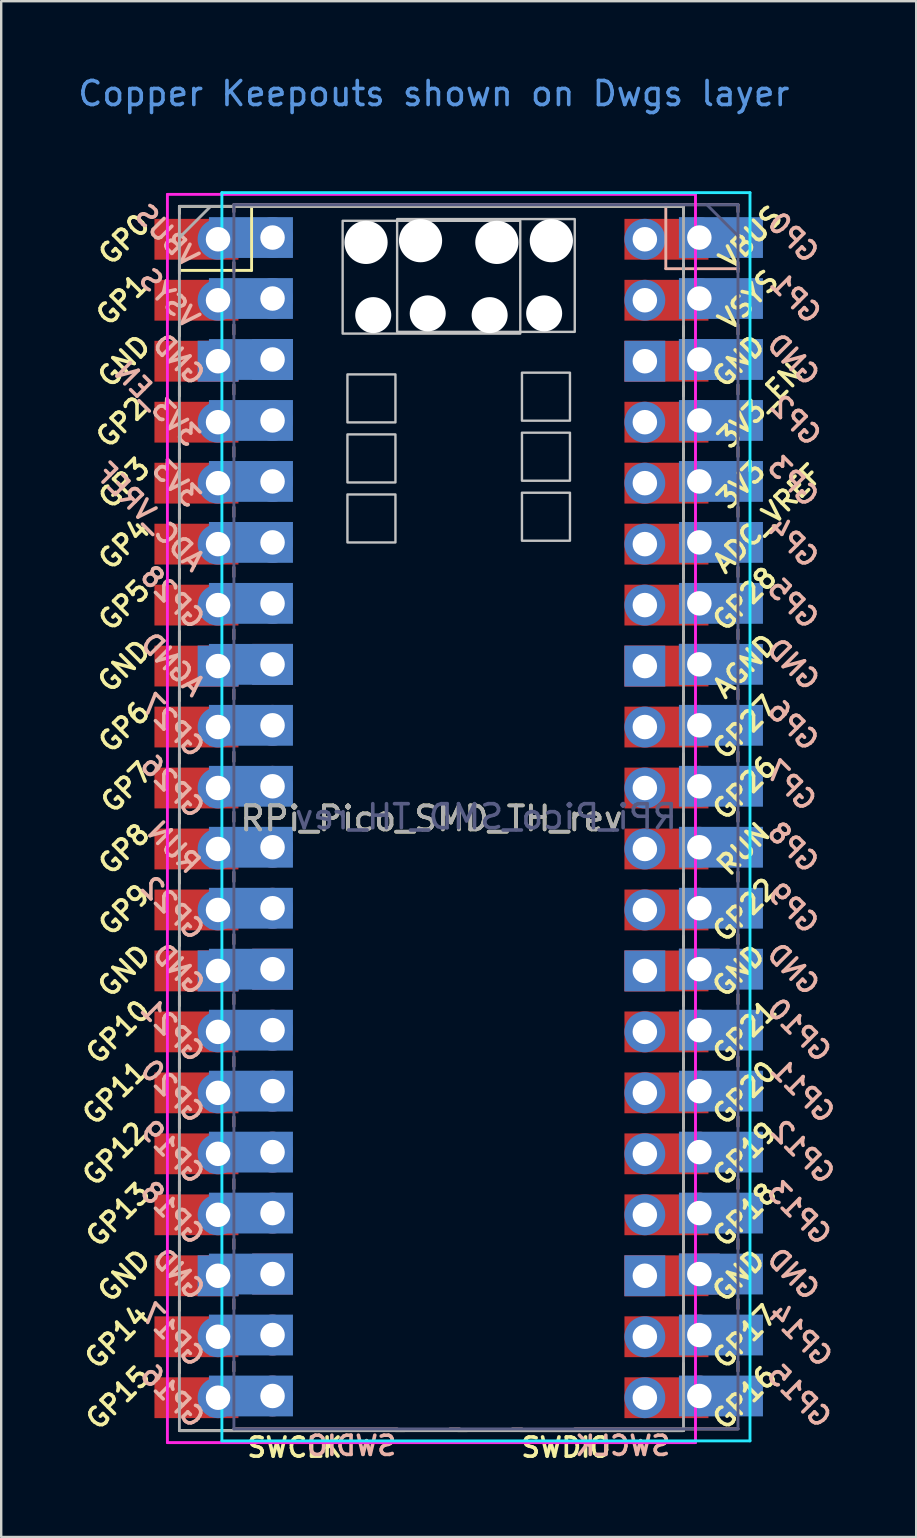
<source format=kicad_pcb>
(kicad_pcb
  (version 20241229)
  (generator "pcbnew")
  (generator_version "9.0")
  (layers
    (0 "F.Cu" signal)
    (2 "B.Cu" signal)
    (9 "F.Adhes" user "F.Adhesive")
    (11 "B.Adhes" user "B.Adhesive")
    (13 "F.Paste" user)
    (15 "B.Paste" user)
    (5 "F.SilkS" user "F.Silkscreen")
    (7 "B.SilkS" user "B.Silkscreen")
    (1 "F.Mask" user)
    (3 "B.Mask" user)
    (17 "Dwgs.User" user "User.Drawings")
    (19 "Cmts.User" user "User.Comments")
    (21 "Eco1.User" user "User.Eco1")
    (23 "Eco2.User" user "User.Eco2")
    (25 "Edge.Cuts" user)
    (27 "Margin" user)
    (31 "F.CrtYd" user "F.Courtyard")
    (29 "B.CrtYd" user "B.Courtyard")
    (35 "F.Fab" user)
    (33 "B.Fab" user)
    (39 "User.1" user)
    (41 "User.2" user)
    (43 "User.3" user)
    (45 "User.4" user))
  (footprint "RPi_Pico_SMD_TH_rev"
    (layer "F.Cu")
    (at 14.924 31.048)
    (property "Reference" "RPi_Pico_SMD_TH_rev" (at 0 0 0) (layer "F.SilkS") (effects (font (size 1 1) (thickness 0.15))))
    (attr through_hole)
    (fp_line (start -10.5 -25.5) (end -10.5 -25.2) (stroke (width 0.12) (type solid)) (layer "F.SilkS"))
    (fp_line (start -10.5 -25.5) (end 10.5 -25.5) (stroke (width 0.12) (type solid)) (layer "F.SilkS"))
    (fp_line (start -10.5 -23.1) (end -10.5 -22.7) (stroke (width 0.12) (type solid)) (layer "F.SilkS"))
    (fp_line (start -10.5 -22.833) (end -7.493 -22.833) (stroke (width 0.12) (type solid)) (layer "F.SilkS"))
    (fp_line (start -10.5 -20.5) (end -10.5 -20.1) (stroke (width 0.12) (type solid)) (layer "F.SilkS"))
    (fp_line (start -10.5 -18) (end -10.5 -17.6) (stroke (width 0.12) (type solid)) (layer "F.SilkS"))
    (fp_line (start -10.5 -15.4) (end -10.5 -15) (stroke (width 0.12) (type solid)) (layer "F.SilkS"))
    (fp_line (start -10.5 -12.9) (end -10.5 -12.5) (stroke (width 0.12) (type solid)) (layer "F.SilkS"))
    (fp_line (start -10.5 -10.4) (end -10.5 -10) (stroke (width 0.12) (type solid)) (layer "F.SilkS"))
    (fp_line (start -10.5 -7.8) (end -10.5 -7.4) (stroke (width 0.12) (type solid)) (layer "F.SilkS"))
    (fp_line (start -10.5 -5.3) (end -10.5 -4.9) (stroke (width 0.12) (type solid)) (layer "F.SilkS"))
    (fp_line (start -10.5 -2.7) (end -10.5 -2.3) (stroke (width 0.12) (type solid)) (layer "F.SilkS"))
    (fp_line (start -10.5 -0.2) (end -10.5 0.2) (stroke (width 0.12) (type solid)) (layer "F.SilkS"))
    (fp_line (start -10.5 2.3) (end -10.5 2.7) (stroke (width 0.12) (type solid)) (layer "F.SilkS"))
    (fp_line (start -10.5 4.9) (end -10.5 5.3) (stroke (width 0.12) (type solid)) (layer "F.SilkS"))
    (fp_line (start -10.5 7.4) (end -10.5 7.8) (stroke (width 0.12) (type solid)) (layer "F.SilkS"))
    (fp_line (start -10.5 10) (end -10.5 10.4) (stroke (width 0.12) (type solid)) (layer "F.SilkS"))
    (fp_line (start -10.5 12.5) (end -10.5 12.9) (stroke (width 0.12) (type solid)) (layer "F.SilkS"))
    (fp_line (start -10.5 15.1) (end -10.5 15.5) (stroke (width 0.12) (type solid)) (layer "F.SilkS"))
    (fp_line (start -10.5 17.6) (end -10.5 18) (stroke (width 0.12) (type solid)) (layer "F.SilkS"))
    (fp_line (start -10.5 20.1) (end -10.5 20.5) (stroke (width 0.12) (type solid)) (layer "F.SilkS"))
    (fp_line (start -10.5 22.7) (end -10.5 23.1) (stroke (width 0.12) (type solid)) (layer "F.SilkS"))
    (fp_line (start -7.493 -22.833) (end -7.493 -25.5) (stroke (width 0.12) (type solid)) (layer "F.SilkS"))
    (fp_line (start -3.7 25.5) (end -10.5 25.5) (stroke (width 0.12) (type solid)) (layer "F.SilkS"))
    (fp_line (start -1.5 25.5) (end -1.1 25.5) (stroke (width 0.12) (type solid)) (layer "F.SilkS"))
    (fp_line (start 1.1 25.5) (end 1.5 25.5) (stroke (width 0.12) (type solid)) (layer "F.SilkS"))
    (fp_line (start 10.5 -25.5) (end 10.5 -25.2) (stroke (width 0.12) (type solid)) (layer "F.SilkS"))
    (fp_line (start 10.5 -23.1) (end 10.5 -22.7) (stroke (width 0.12) (type solid)) (layer "F.SilkS"))
    (fp_line (start 10.5 -20.5) (end 10.5 -20.1) (stroke (width 0.12) (type solid)) (layer "F.SilkS"))
    (fp_line (start 10.5 -18) (end 10.5 -17.6) (stroke (width 0.12) (type solid)) (layer "F.SilkS"))
    (fp_line (start 10.5 -15.4) (end 10.5 -15) (stroke (width 0.12) (type solid)) (layer "F.SilkS"))
    (fp_line (start 10.5 -12.9) (end 10.5 -12.5) (stroke (width 0.12) (type solid)) (layer "F.SilkS"))
    (fp_line (start 10.5 -10.4) (end 10.5 -10) (stroke (width 0.12) (type solid)) (layer "F.SilkS"))
    (fp_line (start 10.5 -7.8) (end 10.5 -7.4) (stroke (width 0.12) (type solid)) (layer "F.SilkS"))
    (fp_line (start 10.5 -5.3) (end 10.5 -4.9) (stroke (width 0.12) (type solid)) (layer "F.SilkS"))
    (fp_line (start 10.5 -2.7) (end 10.5 -2.3) (stroke (width 0.12) (type solid)) (layer "F.SilkS"))
    (fp_line (start 10.5 -0.2) (end 10.5 0.2) (stroke (width 0.12) (type solid)) (layer "F.SilkS"))
    (fp_line (start 10.5 2.3) (end 10.5 2.7) (stroke (width 0.12) (type solid)) (layer "F.SilkS"))
    (fp_line (start 10.5 4.9) (end 10.5 5.3) (stroke (width 0.12) (type solid)) (layer "F.SilkS"))
    (fp_line (start 10.5 7.4) (end 10.5 7.8) (stroke (width 0.12) (type solid)) (layer "F.SilkS"))
    (fp_line (start 10.5 10) (end 10.5 10.4) (stroke (width 0.12) (type solid)) (layer "F.SilkS"))
    (fp_line (start 10.5 12.5) (end 10.5 12.9) (stroke (width 0.12) (type solid)) (layer "F.SilkS"))
    (fp_line (start 10.5 15.1) (end 10.5 15.5) (stroke (width 0.12) (type solid)) (layer "F.SilkS"))
    (fp_line (start 10.5 17.6) (end 10.5 18) (stroke (width 0.12) (type solid)) (layer "F.SilkS"))
    (fp_line (start 10.5 20.1) (end 10.5 20.5) (stroke (width 0.12) (type solid)) (layer "F.SilkS"))
    (fp_line (start 10.5 22.7) (end 10.5 23.1) (stroke (width 0.12) (type solid)) (layer "F.SilkS"))
    (fp_line (start 10.5 25.5) (end 3.7 25.5) (stroke (width 0.12) (type solid)) (layer "F.SilkS"))
    (fp_line (start -8.23 -25.572) (end -8.23 -25.272) (stroke (width 0.12) (type solid)) (layer "B.SilkS"))
    (fp_line (start -8.23 -23.172) (end -8.23 -22.772) (stroke (width 0.12) (type solid)) (layer "B.SilkS"))
    (fp_line (start -8.23 -20.572) (end -8.23 -20.172) (stroke (width 0.12) (type solid)) (layer "B.SilkS"))
    (fp_line (start -8.23 -18.072) (end -8.23 -17.672) (stroke (width 0.12) (type solid)) (layer "B.SilkS"))
    (fp_line (start -8.23 -15.472) (end -8.23 -15.072) (stroke (width 0.12) (type solid)) (layer "B.SilkS"))
    (fp_line (start -8.23 -12.972) (end -8.23 -12.572) (stroke (width 0.12) (type solid)) (layer "B.SilkS"))
    (fp_line (start -8.23 -10.472) (end -8.23 -10.072) (stroke (width 0.12) (type solid)) (layer "B.SilkS"))
    (fp_line (start -8.23 -7.872) (end -8.23 -7.472) (stroke (width 0.12) (type solid)) (layer "B.SilkS"))
    (fp_line (start -8.23 -5.372) (end -8.23 -4.972) (stroke (width 0.12) (type solid)) (layer "B.SilkS"))
    (fp_line (start -8.23 -2.772) (end -8.23 -2.372) (stroke (width 0.12) (type solid)) (layer "B.SilkS"))
    (fp_line (start -8.23 -0.272) (end -8.23 0.128) (stroke (width 0.12) (type solid)) (layer "B.SilkS"))
    (fp_line (start -8.23 2.228) (end -8.23 2.628) (stroke (width 0.12) (type solid)) (layer "B.SilkS"))
    (fp_line (start -8.23 4.828) (end -8.23 5.228) (stroke (width 0.12) (type solid)) (layer "B.SilkS"))
    (fp_line (start -8.23 7.328) (end -8.23 7.728) (stroke (width 0.12) (type solid)) (layer "B.SilkS"))
    (fp_line (start -8.23 9.928) (end -8.23 10.328) (stroke (width 0.12) (type solid)) (layer "B.SilkS"))
    (fp_line (start -8.23 12.428) (end -8.23 12.828) (stroke (width 0.12) (type solid)) (layer "B.SilkS"))
    (fp_line (start -8.23 15.028) (end -8.23 15.428) (stroke (width 0.12) (type solid)) (layer "B.SilkS"))
    (fp_line (start -8.23 17.528) (end -8.23 17.928) (stroke (width 0.12) (type solid)) (layer "B.SilkS"))
    (fp_line (start -8.23 20.028) (end -8.23 20.428) (stroke (width 0.12) (type solid)) (layer "B.SilkS"))
    (fp_line (start -8.23 22.628) (end -8.23 23.028) (stroke (width 0.12) (type solid)) (layer "B.SilkS"))
    (fp_line (start -8.23 25.428) (end -1.43 25.428) (stroke (width 0.12) (type solid)) (layer "B.SilkS"))
    (fp_line (start 1.17 25.428) (end 0.77 25.428) (stroke (width 0.12) (type solid)) (layer "B.SilkS"))
    (fp_line (start 3.77 25.428) (end 3.37 25.428) (stroke (width 0.12) (type solid)) (layer "B.SilkS"))
    (fp_line (start 5.97 25.428) (end 12.77 25.428) (stroke (width 0.12) (type solid)) (layer "B.SilkS"))
    (fp_line (start 9.763 -22.905) (end 9.763 -25.572) (stroke (width 0.12) (type solid)) (layer "B.SilkS"))
    (fp_line (start 12.77 -25.572) (end -8.23 -25.572) (stroke (width 0.12) (type solid)) (layer "B.SilkS"))
    (fp_line (start 12.77 -25.572) (end 12.77 -25.272) (stroke (width 0.12) (type solid)) (layer "B.SilkS"))
    (fp_line (start 12.77 -23.172) (end 12.77 -22.772) (stroke (width 0.12) (type solid)) (layer "B.SilkS"))
    (fp_line (start 12.77 -22.905) (end 9.763 -22.905) (stroke (width 0.12) (type solid)) (layer "B.SilkS"))
    (fp_line (start 12.77 -20.572) (end 12.77 -20.172) (stroke (width 0.12) (type solid)) (layer "B.SilkS"))
    (fp_line (start 12.77 -18.072) (end 12.77 -17.672) (stroke (width 0.12) (type solid)) (layer "B.SilkS"))
    (fp_line (start 12.77 -15.472) (end 12.77 -15.072) (stroke (width 0.12) (type solid)) (layer "B.SilkS"))
    (fp_line (start 12.77 -12.972) (end 12.77 -12.572) (stroke (width 0.12) (type solid)) (layer "B.SilkS"))
    (fp_line (start 12.77 -10.472) (end 12.77 -10.072) (stroke (width 0.12) (type solid)) (layer "B.SilkS"))
    (fp_line (start 12.77 -7.872) (end 12.77 -7.472) (stroke (width 0.12) (type solid)) (layer "B.SilkS"))
    (fp_line (start 12.77 -5.372) (end 12.77 -4.972) (stroke (width 0.12) (type solid)) (layer "B.SilkS"))
    (fp_line (start 12.77 -2.772) (end 12.77 -2.372) (stroke (width 0.12) (type solid)) (layer "B.SilkS"))
    (fp_line (start 12.77 -0.272) (end 12.77 0.128) (stroke (width 0.12) (type solid)) (layer "B.SilkS"))
    (fp_line (start 12.77 2.228) (end 12.77 2.628) (stroke (width 0.12) (type solid)) (layer "B.SilkS"))
    (fp_line (start 12.77 4.828) (end 12.77 5.228) (stroke (width 0.12) (type solid)) (layer "B.SilkS"))
    (fp_line (start 12.77 7.328) (end 12.77 7.728) (stroke (width 0.12) (type solid)) (layer "B.SilkS"))
    (fp_line (start 12.77 9.928) (end 12.77 10.328) (stroke (width 0.12) (type solid)) (layer "B.SilkS"))
    (fp_line (start 12.77 12.428) (end 12.77 12.828) (stroke (width 0.12) (type solid)) (layer "B.SilkS"))
    (fp_line (start 12.77 15.028) (end 12.77 15.428) (stroke (width 0.12) (type solid)) (layer "B.SilkS"))
    (fp_line (start 12.77 17.528) (end 12.77 17.928) (stroke (width 0.12) (type solid)) (layer "B.SilkS"))
    (fp_line (start 12.77 20.028) (end 12.77 20.428) (stroke (width 0.12) (type solid)) (layer "B.SilkS"))
    (fp_line (start 12.77 22.628) (end 12.77 23.028) (stroke (width 0.12) (type solid)) (layer "B.SilkS"))
    (fp_poly (pts (xy -1.5 -16.5) (xy -3.5 -16.5) (xy -3.5 -18.5) (xy -1.5 -18.5)) (stroke (width 0.1) (type solid)) (fill no) (layer "Dwgs.User"))
    (fp_poly (pts (xy -1.5 -14) (xy -3.5 -14) (xy -3.5 -16) (xy -1.5 -16)) (stroke (width 0.1) (type solid)) (fill no) (layer "Dwgs.User"))
    (fp_poly (pts (xy -1.5 -11.5) (xy -3.5 -11.5) (xy -3.5 -13.5) (xy -1.5 -13.5)) (stroke (width 0.1) (type solid)) (fill no) (layer "Dwgs.User"))
    (fp_poly (pts (xy -1.43 -20.272) (xy 5.97 -20.272) (xy 5.97 -24.972) (xy -1.43 -24.972)) (stroke (width 0.1) (type solid)) (fill no) (layer "Dwgs.User"))
    (fp_poly (pts (xy 3.7 -20.2) (xy -3.7 -20.2) (xy -3.7 -24.9) (xy 3.7 -24.9)) (stroke (width 0.1) (type solid)) (fill no) (layer "Dwgs.User"))
    (fp_poly (pts (xy 3.77 -16.572) (xy 5.77 -16.572) (xy 5.77 -18.572) (xy 3.77 -18.572)) (stroke (width 0.1) (type solid)) (fill no) (layer "Dwgs.User"))
    (fp_poly (pts (xy 3.77 -14.072) (xy 5.77 -14.072) (xy 5.77 -16.072) (xy 3.77 -16.072)) (stroke (width 0.1) (type solid)) (fill no) (layer "Dwgs.User"))
    (fp_poly (pts (xy 3.77 -11.572) (xy 5.77 -11.572) (xy 5.77 -13.572) (xy 3.77 -13.572)) (stroke (width 0.1) (type solid)) (fill no) (layer "Dwgs.User"))
    (fp_line (start -8.73 -26.072) (end -8.73 25.928) (stroke (width 0.12) (type solid)) (layer "B.CrtYd"))
    (fp_line (start -8.73 25.928) (end 13.27 25.928) (stroke (width 0.12) (type solid)) (layer "B.CrtYd"))
    (fp_line (start 13.27 -26.072) (end -8.73 -26.072) (stroke (width 0.12) (type solid)) (layer "B.CrtYd"))
    (fp_line (start 13.27 25.928) (end 13.27 -26.072) (stroke (width 0.12) (type solid)) (layer "B.CrtYd"))
    (fp_line (start -11 -26) (end 11 -26) (stroke (width 0.12) (type solid)) (layer "F.CrtYd"))
    (fp_line (start -11 26) (end -11 -26) (stroke (width 0.12) (type solid)) (layer "F.CrtYd"))
    (fp_line (start 11 -26) (end 11 26) (stroke (width 0.12) (type solid)) (layer "F.CrtYd"))
    (fp_line (start 11 26) (end -11 26) (stroke (width 0.12) (type solid)) (layer "F.CrtYd"))
    (fp_line (start -8.23 -25.572) (end -8.23 25.428) (stroke (width 0.12) (type solid)) (layer "B.Fab"))
    (fp_line (start -8.23 25.428) (end 12.77 25.428) (stroke (width 0.12) (type solid)) (layer "B.Fab"))
    (fp_line (start 12.77 -25.572) (end -8.23 -25.572) (stroke (width 0.12) (type solid)) (layer "B.Fab"))
    (fp_line (start 12.77 -24.272) (end 11.47 -25.572) (stroke (width 0.12) (type solid)) (layer "B.Fab"))
    (fp_line (start 12.77 25.428) (end 12.77 -25.572) (stroke (width 0.12) (type solid)) (layer "B.Fab"))
    (fp_line (start -10.5 -25.5) (end 10.5 -25.5) (stroke (width 0.12) (type solid)) (layer "F.Fab"))
    (fp_line (start -10.5 -24.2) (end -9.2 -25.5) (stroke (width 0.12) (type solid)) (layer "F.Fab"))
    (fp_line (start -10.5 25.5) (end -10.5 -25.5) (stroke (width 0.12) (type solid)) (layer "F.Fab"))
    (fp_line (start 10.5 -25.5) (end 10.5 25.5) (stroke (width 0.12) (type solid)) (layer "F.Fab"))
    (fp_line (start 10.5 25.5) (end -10.5 25.5) (stroke (width 0.12) (type solid)) (layer "F.Fab"))
    (fp_text user "3V3_EN" (at 13.7 -17.2 45) (layer "F.SilkS") (effects (font (size 0.8 0.8) (thickness 0.15))))
    (fp_text user "GP6" (at -12.8 -3.81 45) (layer "F.SilkS") (effects (font (size 0.8 0.8) (thickness 0.15))))
    (fp_text user "GP4" (at -12.8 -11.43 45) (layer "F.SilkS") (effects (font (size 0.8 0.8) (thickness 0.15))))
    (fp_text user "SWDIO" (at 5.6 26.2 0) (layer "F.SilkS") (effects (font (size 0.8 0.8) (thickness 0.15))))
    (fp_text user "GP1" (at -12.9 -21.6 45) (layer "F.SilkS") (effects (font (size 0.8 0.8) (thickness 0.15))))
    (fp_text user "AGND" (at 13.054 -6.35 45) (layer "F.SilkS") (effects (font (size 0.8 0.8) (thickness 0.15))))
    (fp_text user "GND" (at -12.8 -6.35 45) (layer "F.SilkS") (effects (font (size 0.8 0.8) (thickness 0.15))))
    (fp_text user "GP8" (at -12.8 1.27 45) (layer "F.SilkS") (effects (font (size 0.8 0.8) (thickness 0.15))))
    (fp_text user "GP22" (at 13.054 3.81 45) (layer "F.SilkS") (effects (font (size 0.8 0.8) (thickness 0.15))))
    (fp_text user "GP7" (at -12.7 -1.3 45) (layer "F.SilkS") (effects (font (size 0.8 0.8) (thickness 0.15))))
    (fp_text user "GP28" (at 13.054 -9.144 45) (layer "F.SilkS") (effects (font (size 0.8 0.8) (thickness 0.15))))
    (fp_text user "GND" (at 12.8 -19.05 45) (layer "F.SilkS") (effects (font (size 0.8 0.8) (thickness 0.15))))
    (fp_text user "GND" (at 12.8 19.05 45) (layer "F.SilkS") (effects (font (size 0.8 0.8) (thickness 0.15))))
    (fp_text user "GND" (at -12.8 -19.05 45) (layer "F.SilkS") (effects (font (size 0.8 0.8) (thickness 0.15))))
    (fp_text user "GP12" (at -13.2 13.97 45) (layer "F.SilkS") (effects (font (size 0.8 0.8) (thickness 0.15))))
    (fp_text user "GP21" (at 13.054 8.9 45) (layer "F.SilkS") (effects (font (size 0.8 0.8) (thickness 0.15))))
    (fp_text user "VSYS" (at 13.2 -21.59 45) (layer "F.SilkS") (effects (font (size 0.8 0.8) (thickness 0.15))))
    (fp_text user "GP9" (at -12.8 3.81 45) (layer "F.SilkS") (effects (font (size 0.8 0.8) (thickness 0.15))))
    (fp_text user "GP3" (at -12.8 -13.97 45) (layer "F.SilkS") (effects (font (size 0.8 0.8) (thickness 0.15))))
    (fp_text user "GP10" (at -13.054 8.89 45) (layer "F.SilkS") (effects (font (size 0.8 0.8) (thickness 0.15))))
    (fp_text user "GP19" (at 13.054 13.97 45) (layer "F.SilkS") (effects (font (size 0.8 0.8) (thickness 0.15))))
    (fp_text user "GP2" (at -12.9 -16.51 45) (layer "F.SilkS") (effects (font (size 0.8 0.8) (thickness 0.15))))
    (fp_text user "VBUS" (at 13.3 -24.2 45) (layer "F.SilkS") (effects (font (size 0.8 0.8) (thickness 0.15))))
    (fp_text user "GP16" (at 13.054 24.13 45) (layer "F.SilkS") (effects (font (size 0.8 0.8) (thickness 0.15))))
    (fp_text user "GP26" (at 13.054 -1.27 45) (layer "F.SilkS") (effects (font (size 0.8 0.8) (thickness 0.15))))
    (fp_text user "GP13" (at -13.054 16.51 45) (layer "F.SilkS") (effects (font (size 0.8 0.8) (thickness 0.15))))
    (fp_text user "SWCLK" (at -5.7 26.2 0) (layer "F.SilkS") (effects (font (size 0.8 0.8) (thickness 0.15))))
    (fp_text user "GP5" (at -12.8 -8.89 45) (layer "F.SilkS") (effects (font (size 0.8 0.8) (thickness 0.15))))
    (fp_text user "GP18" (at 13.054 16.51 45) (layer "F.SilkS") (effects (font (size 0.8 0.8) (thickness 0.15))))
    (fp_text user "GP20" (at 13.054 11.43 45) (layer "F.SilkS") (effects (font (size 0.8 0.8) (thickness 0.15))))
    (fp_text user "3V3" (at 12.9 -13.9 45) (layer "F.SilkS") (effects (font (size 0.8 0.8) (thickness 0.15))))
    (fp_text user "GND" (at -12.8 19.05 45) (layer "F.SilkS") (effects (font (size 0.8 0.8) (thickness 0.15))))
    (fp_text user "GND" (at 12.8 6.35 45) (layer "F.SilkS") (effects (font (size 0.8 0.8) (thickness 0.15))))
    (fp_text user "GP0" (at -12.8 -24.13 45) (layer "F.SilkS") (effects (font (size 0.8 0.8) (thickness 0.15))))
    (fp_text user "ADC_VREF" (at 14 -12.5 45) (layer "F.SilkS") (effects (font (size 0.8 0.8) (thickness 0.15))))
    (fp_text user "GP17" (at 13.054 21.59 45) (layer "F.SilkS") (effects (font (size 0.8 0.8) (thickness 0.15))))
    (fp_text user "GP15" (at -13.054 24.13 45) (layer "F.SilkS") (effects (font (size 0.8 0.8) (thickness 0.15))))
    (fp_text user "GP27" (at 13.054 -3.8 45) (layer "F.SilkS") (effects (font (size 0.8 0.8) (thickness 0.15))))
    (fp_text user "GP14" (at -13.1 21.59 45) (layer "F.SilkS") (effects (font (size 0.8 0.8) (thickness 0.15))))
    (fp_text user "RUN" (at 13 1.27 45) (layer "F.SilkS") (effects (font (size 0.8 0.8) (thickness 0.15))))
    (fp_text user "GND" (at -12.8 6.35 45) (layer "F.SilkS") (effects (font (size 0.8 0.8) (thickness 0.15))))
    (fp_text user "GP11" (at -13.2 11.43 45) (layer "F.SilkS") (effects (font (size 0.8 0.8) (thickness 0.15))))
    (fp_text user "3V3" (at -10.63 -13.972 315) (layer "B.SilkS") (effects (font (size 0.8 0.8) (thickness 0.15)) (justify mirror)))
    (fp_text user "GP6" (at 15.07 -3.882 315) (layer "B.SilkS") (effects (font (size 0.8 0.8) (thickness 0.15)) (justify mirror)))
    (fp_text user "GP28" (at -10.784 -9.216 315) (layer "B.SilkS") (effects (font (size 0.8 0.8) (thickness 0.15)) (justify mirror)))
    (fp_text user "GP11" (at 15.47 11.358 315) (layer "B.SilkS") (effects (font (size 0.8 0.8) (thickness 0.15)) (justify mirror)))
    (fp_text user "GP18" (at -10.784 16.438 315) (layer "B.SilkS") (effects (font (size 0.8 0.8) (thickness 0.15)) (justify mirror)))
    (fp_text user "GND" (at -10.53 6.278 315) (layer "B.SilkS") (effects (font (size 0.8 0.8) (thickness 0.15)) (justify mirror)))
    (fp_text user "AGND" (at -10.784 -6.422 315) (layer "B.SilkS") (effects (font (size 0.8 0.8) (thickness 0.15)) (justify mirror)))
    (fp_text user "GP27" (at -10.784 -3.872 315) (layer "B.SilkS") (effects (font (size 0.8 0.8) (thickness 0.15)) (justify mirror)))
    (fp_text user "GND" (at -10.53 -19.122 315) (layer "B.SilkS") (effects (font (size 0.8 0.8) (thickness 0.15)) (justify mirror)))
    (fp_text user "GP13" (at 15.324 16.438 315) (layer "B.SilkS") (effects (font (size 0.8 0.8) (thickness 0.15)) (justify mirror)))
    (fp_text user "GP16" (at -10.784 24.058 315) (layer "B.SilkS") (effects (font (size 0.8 0.8) (thickness 0.15)) (justify mirror)))
    (fp_text user "GP2" (at 15.17 -16.582 315) (layer "B.SilkS") (effects (font (size 0.8 0.8) (thickness 0.15)) (justify mirror)))
    (fp_text user "GND" (at 15.07 6.278 315) (layer "B.SilkS") (effects (font (size 0.8 0.8) (thickness 0.15)) (justify mirror)))
    (fp_text user "GP5" (at 15.07 -8.962 315) (layer "B.SilkS") (effects (font (size 0.8 0.8) (thickness 0.15)) (justify mirror)))
    (fp_text user "GP15" (at 15.324 24.058 315) (layer "B.SilkS") (effects (font (size 0.8 0.8) (thickness 0.15)) (justify mirror)))
    (fp_text user "3V3_EN" (at -11.43 -17.272 315) (layer "B.SilkS") (effects (font (size 0.8 0.8) (thickness 0.15)) (justify mirror)))
    (fp_text user "SWCLK" (at 7.97 26.128 0) (layer "B.SilkS") (effects (font (size 0.8 0.8) (thickness 0.15)) (justify mirror)))
    (fp_text user "GP7" (at 14.97 -1.372 315) (layer "B.SilkS") (effects (font (size 0.8 0.8) (thickness 0.15)) (justify mirror)))
    (fp_text user "GP1" (at 15.17 -21.672 315) (layer "B.SilkS") (effects (font (size 0.8 0.8) (thickness 0.15)) (justify mirror)))
    (fp_text user "GP22" (at -10.784 3.738 315) (layer "B.SilkS") (effects (font (size 0.8 0.8) (thickness 0.15)) (justify mirror)))
    (fp_text user "GP4" (at 15.07 -11.502 315) (layer "B.SilkS") (effects (font (size 0.8 0.8) (thickness 0.15)) (justify mirror)))
    (fp_text user "GP10" (at 15.324 8.818 315) (layer "B.SilkS") (effects (font (size 0.8 0.8) (thickness 0.15)) (justify mirror)))
    (fp_text user "GP3" (at 15.07 -14.042 315) (layer "B.SilkS") (effects (font (size 0.8 0.8) (thickness 0.15)) (justify mirror)))
    (fp_text user "GND" (at 15.07 -6.422 315) (layer "B.SilkS") (effects (font (size 0.8 0.8) (thickness 0.15)) (justify mirror)))
    (fp_text user "GND" (at 15.07 18.978 315) (layer "B.SilkS") (effects (font (size 0.8 0.8) (thickness 0.15)) (justify mirror)))
    (fp_text user "GP9" (at 15.07 3.738 315) (layer "B.SilkS") (effects (font (size 0.8 0.8) (thickness 0.15)) (justify mirror)))
    (fp_text user "GP0" (at 15.07 -24.202 315) (layer "B.SilkS") (effects (font (size 0.8 0.8) (thickness 0.15)) (justify mirror)))
    (fp_text user "SWDIO" (at -3.33 26.128 0) (layer "B.SilkS") (effects (font (size 0.8 0.8) (thickness 0.15)) (justify mirror)))
    (fp_text user "GP19" (at -10.784 13.898 315) (layer "B.SilkS") (effects (font (size 0.8 0.8) (thickness 0.15)) (justify mirror)))
    (fp_text user "GP8" (at 15.07 1.198 315) (layer "B.SilkS") (effects (font (size 0.8 0.8) (thickness 0.15)) (justify mirror)))
    (fp_text user "GP26" (at -10.784 -1.342 315) (layer "B.SilkS") (effects (font (size 0.8 0.8) (thickness 0.15)) (justify mirror)))
    (fp_text user "GND" (at 15.07 -19.122 315) (layer "B.SilkS") (effects (font (size 0.8 0.8) (thickness 0.15)) (justify mirror)))
    (fp_text user "ADC_VREF" (at -11.73 -12.572 315) (layer "B.SilkS") (effects (font (size 0.8 0.8) (thickness 0.15)) (justify mirror)))
    (fp_text user "VSYS" (at -10.93 -21.662 315) (layer "B.SilkS") (effects (font (size 0.8 0.8) (thickness 0.15)) (justify mirror)))
    (fp_text user "GP12" (at 15.47 13.898 315) (layer "B.SilkS") (effects (font (size 0.8 0.8) (thickness 0.15)) (justify mirror)))
    (fp_text user "GP17" (at -10.784 21.518 315) (layer "B.SilkS") (effects (font (size 0.8 0.8) (thickness 0.15)) (justify mirror)))
    (fp_text user "VBUS" (at -11.03 -24.272 315) (layer "B.SilkS") (effects (font (size 0.8 0.8) (thickness 0.15)) (justify mirror)))
    (fp_text user "GND" (at -10.53 18.978 315) (layer "B.SilkS") (effects (font (size 0.8 0.8) (thickness 0.15)) (justify mirror)))
    (fp_text user "RUN" (at -10.73 1.198 315) (layer "B.SilkS") (effects (font (size 0.8 0.8) (thickness 0.15)) (justify mirror)))
    (fp_text user "GP20" (at -10.784 11.358 315) (layer "B.SilkS") (effects (font (size 0.8 0.8) (thickness 0.15)) (justify mirror)))
    (fp_text user "GP21" (at -10.784 8.828 315) (layer "B.SilkS") (effects (font (size 0.8 0.8) (thickness 0.15)) (justify mirror)))
    (fp_text user "GP14" (at 15.37 21.518 315) (layer "B.SilkS") (effects (font (size 0.8 0.8) (thickness 0.15)) (justify mirror)))
    (fp_text user "Copper Keepouts shown on Dwgs layer" (at 0.1 -30.2 0) (layer "Cmts.User") (effects (font (size 1 1) (thickness 0.15))))
    (fp_text user "${REFERENCE}" (at 2.27 -0.072 180) (layer "B.Fab") (effects (font (size 1 1) (thickness 0.15)) (justify mirror)))
    (fp_text user "${REFERENCE}" (at 0 0 180) (layer "F.Fab") (effects (font (size 1 1) (thickness 0.15))))
    (pad "" np_thru_hole oval (at -2.725 -24) (size 1.8 1.8) (drill 1.8) (layers "*.Cu" "*.Mask"))
    (pad "" np_thru_hole oval (at -2.425 -20.97) (size 1.5 1.5) (drill 1.5) (layers "*.Cu" "*.Mask"))
    (pad "" np_thru_hole oval (at -0.455 -24.072) (size 1.8 1.8) (drill 1.8) (layers "*.Cu" "*.Mask"))
    (pad "" np_thru_hole oval (at -0.155 -21.042) (size 1.5 1.5) (drill 1.5) (layers "*.Cu" "*.Mask"))
    (pad "" np_thru_hole oval (at 2.425 -20.97) (size 1.5 1.5) (drill 1.5) (layers "*.Cu" "*.Mask"))
    (pad "" np_thru_hole oval (at 2.725 -24) (size 1.8 1.8) (drill 1.8) (layers "*.Cu" "*.Mask"))
    (pad "" np_thru_hole oval (at 4.695 -21.042) (size 1.5 1.5) (drill 1.5) (layers "*.Cu" "*.Mask"))
    (pad "" np_thru_hole oval (at 4.995 -24.072) (size 1.8 1.8) (drill 1.8) (layers "*.Cu" "*.Mask"))
    (pad "1" thru_hole oval (at -8.89 -24.13) (size 1.7 1.7) (drill 1.02) (layers "*.Cu" "*.Mask"))
    (pad "1" smd rect (at -8.89 -24.13) (size 3.5 1.7) (drill (offset -0.9 0)) (layers "F.Cu" "F.Mask"))
    (pad "1" thru_hole oval (at 11.16 -24.202) (size 1.7 1.7) (drill 1.02) (layers "*.Cu" "*.Mask"))
    (pad "1" smd rect (at 11.16 -24.202) (size 3.5 1.7) (drill (offset 0.9 0)) (layers "B.Cu" "B.Mask"))
    (pad "2" thru_hole oval (at -8.89 -21.59) (size 1.7 1.7) (drill 1.02) (layers "*.Cu" "*.Mask"))
    (pad "2" smd rect (at -8.89 -21.59) (size 3.5 1.7) (drill (offset -0.9 0)) (layers "F.Cu" "F.Mask"))
    (pad "2" thru_hole oval (at 11.16 -21.662) (size 1.7 1.7) (drill 1.02) (layers "*.Cu" "*.Mask"))
    (pad "2" smd rect (at 11.16 -21.662) (size 3.5 1.7) (drill (offset 0.9 0)) (layers "B.Cu" "B.Mask"))
    (pad "3" thru_hole rect (at -8.89 -19.05) (size 1.7 1.7) (drill 1.02) (layers "*.Cu" "*.Mask"))
    (pad "3" smd rect (at -8.89 -19.05) (size 3.5 1.7) (drill (offset -0.9 0)) (layers "F.Cu" "F.Mask"))
    (pad "3" thru_hole rect (at 11.16 -19.122) (size 1.7 1.7) (drill 1.02) (layers "*.Cu" "*.Mask"))
    (pad "3" smd rect (at 11.16 -19.122) (size 3.5 1.7) (drill (offset 0.9 0)) (layers "B.Cu" "B.Mask"))
    (pad "4" thru_hole oval (at -8.89 -16.51) (size 1.7 1.7) (drill 1.02) (layers "*.Cu" "*.Mask"))
    (pad "4" smd rect (at -8.89 -16.51) (size 3.5 1.7) (drill (offset -0.9 0)) (layers "F.Cu" "F.Mask"))
    (pad "4" thru_hole oval (at 11.16 -16.582) (size 1.7 1.7) (drill 1.02) (layers "*.Cu" "*.Mask"))
    (pad "4" smd rect (at 11.16 -16.582) (size 3.5 1.7) (drill (offset 0.9 0)) (layers "B.Cu" "B.Mask"))
    (pad "5" thru_hole oval (at -8.89 -13.97) (size 1.7 1.7) (drill 1.02) (layers "*.Cu" "*.Mask"))
    (pad "5" smd rect (at -8.89 -13.97) (size 3.5 1.7) (drill (offset -0.9 0)) (layers "F.Cu" "F.Mask"))
    (pad "5" thru_hole oval (at 11.16 -14.042) (size 1.7 1.7) (drill 1.02) (layers "*.Cu" "*.Mask"))
    (pad "5" smd rect (at 11.16 -14.042) (size 3.5 1.7) (drill (offset 0.9 0)) (layers "B.Cu" "B.Mask"))
    (pad "6" thru_hole oval (at -8.89 -11.43) (size 1.7 1.7) (drill 1.02) (layers "*.Cu" "*.Mask"))
    (pad "6" smd rect (at -8.89 -11.43) (size 3.5 1.7) (drill (offset -0.9 0)) (layers "F.Cu" "F.Mask"))
    (pad "6" thru_hole oval (at 11.16 -11.502) (size 1.7 1.7) (drill 1.02) (layers "*.Cu" "*.Mask"))
    (pad "6" smd rect (at 11.16 -11.502) (size 3.5 1.7) (drill (offset 0.9 0)) (layers "B.Cu" "B.Mask"))
    (pad "7" thru_hole oval (at -8.89 -8.89) (size 1.7 1.7) (drill 1.02) (layers "*.Cu" "*.Mask"))
    (pad "7" smd rect (at -8.89 -8.89) (size 3.5 1.7) (drill (offset -0.9 0)) (layers "F.Cu" "F.Mask"))
    (pad "7" thru_hole oval (at 11.16 -8.962) (size 1.7 1.7) (drill 1.02) (layers "*.Cu" "*.Mask"))
    (pad "7" smd rect (at 11.16 -8.962) (size 3.5 1.7) (drill (offset 0.9 0)) (layers "B.Cu" "B.Mask"))
    (pad "8" thru_hole rect (at -8.89 -6.35) (size 1.7 1.7) (drill 1.02) (layers "*.Cu" "*.Mask"))
    (pad "8" smd rect (at -8.89 -6.35) (size 3.5 1.7) (drill (offset -0.9 0)) (layers "F.Cu" "F.Mask"))
    (pad "8" thru_hole rect (at 11.16 -6.422) (size 1.7 1.7) (drill 1.02) (layers "*.Cu" "*.Mask"))
    (pad "8" smd rect (at 11.16 -6.422) (size 3.5 1.7) (drill (offset 0.9 0)) (layers "B.Cu" "B.Mask"))
    (pad "9" thru_hole oval (at -8.89 -3.81) (size 1.7 1.7) (drill 1.02) (layers "*.Cu" "*.Mask"))
    (pad "9" smd rect (at -8.89 -3.81) (size 3.5 1.7) (drill (offset -0.9 0)) (layers "F.Cu" "F.Mask"))
    (pad "9" thru_hole oval (at 11.16 -3.882) (size 1.7 1.7) (drill 1.02) (layers "*.Cu" "*.Mask"))
    (pad "9" smd rect (at 11.16 -3.882) (size 3.5 1.7) (drill (offset 0.9 0)) (layers "B.Cu" "B.Mask"))
    (pad "10" thru_hole oval (at -8.89 -1.27) (size 1.7 1.7) (drill 1.02) (layers "*.Cu" "*.Mask"))
    (pad "10" smd rect (at -8.89 -1.27) (size 3.5 1.7) (drill (offset -0.9 0)) (layers "F.Cu" "F.Mask"))
    (pad "10" thru_hole oval (at 11.16 -1.342) (size 1.7 1.7) (drill 1.02) (layers "*.Cu" "*.Mask"))
    (pad "10" smd rect (at 11.16 -1.342) (size 3.5 1.7) (drill (offset 0.9 0)) (layers "B.Cu" "B.Mask"))
    (pad "11" thru_hole oval (at -8.89 1.27) (size 1.7 1.7) (drill 1.02) (layers "*.Cu" "*.Mask"))
    (pad "11" smd rect (at -8.89 1.27) (size 3.5 1.7) (drill (offset -0.9 0)) (layers "F.Cu" "F.Mask"))
    (pad "11" thru_hole oval (at 11.16 1.198) (size 1.7 1.7) (drill 1.02) (layers "*.Cu" "*.Mask"))
    (pad "11" smd rect (at 11.16 1.198) (size 3.5 1.7) (drill (offset 0.9 0)) (layers "B.Cu" "B.Mask"))
    (pad "12" thru_hole oval (at -8.89 3.81) (size 1.7 1.7) (drill 1.02) (layers "*.Cu" "*.Mask"))
    (pad "12" smd rect (at -8.89 3.81) (size 3.5 1.7) (drill (offset -0.9 0)) (layers "F.Cu" "F.Mask"))
    (pad "12" thru_hole oval (at 11.16 3.738) (size 1.7 1.7) (drill 1.02) (layers "*.Cu" "*.Mask"))
    (pad "12" smd rect (at 11.16 3.738) (size 3.5 1.7) (drill (offset 0.9 0)) (layers "B.Cu" "B.Mask"))
    (pad "13" thru_hole rect (at -8.89 6.35) (size 1.7 1.7) (drill 1.02) (layers "*.Cu" "*.Mask"))
    (pad "13" smd rect (at -8.89 6.35) (size 3.5 1.7) (drill (offset -0.9 0)) (layers "F.Cu" "F.Mask"))
    (pad "13" thru_hole rect (at 11.16 6.278) (size 1.7 1.7) (drill 1.02) (layers "*.Cu" "*.Mask"))
    (pad "13" smd rect (at 11.16 6.278) (size 3.5 1.7) (drill (offset 0.9 0)) (layers "B.Cu" "B.Mask"))
    (pad "14" thru_hole oval (at -8.89 8.89) (size 1.7 1.7) (drill 1.02) (layers "*.Cu" "*.Mask"))
    (pad "14" smd rect (at -8.89 8.89) (size 3.5 1.7) (drill (offset -0.9 0)) (layers "F.Cu" "F.Mask"))
    (pad "14" thru_hole oval (at 11.16 8.818) (size 1.7 1.7) (drill 1.02) (layers "*.Cu" "*.Mask"))
    (pad "14" smd rect (at 11.16 8.818) (size 3.5 1.7) (drill (offset 0.9 0)) (layers "B.Cu" "B.Mask"))
    (pad "15" thru_hole oval (at -8.89 11.43) (size 1.7 1.7) (drill 1.02) (layers "*.Cu" "*.Mask"))
    (pad "15" smd rect (at -8.89 11.43) (size 3.5 1.7) (drill (offset -0.9 0)) (layers "F.Cu" "F.Mask"))
    (pad "15" thru_hole oval (at 11.16 11.358) (size 1.7 1.7) (drill 1.02) (layers "*.Cu" "*.Mask"))
    (pad "15" smd rect (at 11.16 11.358) (size 3.5 1.7) (drill (offset 0.9 0)) (layers "B.Cu" "B.Mask"))
    (pad "16" thru_hole oval (at -8.89 13.97) (size 1.7 1.7) (drill 1.02) (layers "*.Cu" "*.Mask"))
    (pad "16" smd rect (at -8.89 13.97) (size 3.5 1.7) (drill (offset -0.9 0)) (layers "F.Cu" "F.Mask"))
    (pad "16" thru_hole oval (at 11.16 13.898) (size 1.7 1.7) (drill 1.02) (layers "*.Cu" "*.Mask"))
    (pad "16" smd rect (at 11.16 13.898) (size 3.5 1.7) (drill (offset 0.9 0)) (layers "B.Cu" "B.Mask"))
    (pad "17" thru_hole oval (at -8.89 16.51) (size 1.7 1.7) (drill 1.02) (layers "*.Cu" "*.Mask"))
    (pad "17" smd rect (at -8.89 16.51) (size 3.5 1.7) (drill (offset -0.9 0)) (layers "F.Cu" "F.Mask"))
    (pad "17" thru_hole oval (at 11.16 16.438) (size 1.7 1.7) (drill 1.02) (layers "*.Cu" "*.Mask"))
    (pad "17" smd rect (at 11.16 16.438) (size 3.5 1.7) (drill (offset 0.9 0)) (layers "B.Cu" "B.Mask"))
    (pad "18" thru_hole rect (at -8.89 19.05) (size 1.7 1.7) (drill 1.02) (layers "*.Cu" "*.Mask"))
    (pad "18" smd rect (at -8.89 19.05) (size 3.5 1.7) (drill (offset -0.9 0)) (layers "F.Cu" "F.Mask"))
    (pad "18" thru_hole rect (at 11.16 18.978) (size 1.7 1.7) (drill 1.02) (layers "*.Cu" "*.Mask"))
    (pad "18" smd rect (at 11.16 18.978) (size 3.5 1.7) (drill (offset 0.9 0)) (layers "B.Cu" "B.Mask"))
    (pad "19" thru_hole oval (at -8.89 21.59) (size 1.7 1.7) (drill 1.02) (layers "*.Cu" "*.Mask"))
    (pad "19" smd rect (at -8.89 21.59) (size 3.5 1.7) (drill (offset -0.9 0)) (layers "F.Cu" "F.Mask"))
    (pad "19" thru_hole oval (at 11.16 21.518) (size 1.7 1.7) (drill 1.02) (layers "*.Cu" "*.Mask"))
    (pad "19" smd rect (at 11.16 21.518) (size 3.5 1.7) (drill (offset 0.9 0)) (layers "B.Cu" "B.Mask"))
    (pad "20" thru_hole oval (at -8.89 24.13) (size 1.7 1.7) (drill 1.02) (layers "*.Cu" "*.Mask"))
    (pad "20" smd rect (at -8.89 24.13) (size 3.5 1.7) (drill (offset -0.9 0)) (layers "F.Cu" "F.Mask"))
    (pad "20" thru_hole oval (at 11.16 24.058) (size 1.7 1.7) (drill 1.02) (layers "*.Cu" "*.Mask"))
    (pad "20" smd rect (at 11.16 24.058) (size 3.5 1.7) (drill (offset 0.9 0)) (layers "B.Cu" "B.Mask"))
    (pad "21" thru_hole oval (at -6.62 24.058) (size 1.7 1.7) (drill 1.02) (layers "*.Cu" "*.Mask"))
    (pad "21" smd rect (at -6.62 24.058) (size 3.5 1.7) (drill (offset -0.9 0)) (layers "B.Cu" "B.Mask"))
    (pad "21" thru_hole oval (at 8.89 24.13) (size 1.7 1.7) (drill 1.02) (layers "*.Cu" "*.Mask"))
    (pad "21" smd rect (at 8.89 24.13) (size 3.5 1.7) (drill (offset 0.9 0)) (layers "F.Cu" "F.Mask"))
    (pad "22" thru_hole oval (at -6.62 21.518) (size 1.7 1.7) (drill 1.02) (layers "*.Cu" "*.Mask"))
    (pad "22" smd rect (at -6.62 21.518) (size 3.5 1.7) (drill (offset -0.9 0)) (layers "B.Cu" "B.Mask"))
    (pad "22" thru_hole oval (at 8.89 21.59) (size 1.7 1.7) (drill 1.02) (layers "*.Cu" "*.Mask"))
    (pad "22" smd rect (at 8.89 21.59) (size 3.5 1.7) (drill (offset 0.9 0)) (layers "F.Cu" "F.Mask"))
    (pad "23" thru_hole rect (at -6.62 18.978) (size 1.7 1.7) (drill 1.02) (layers "*.Cu" "*.Mask"))
    (pad "23" smd rect (at -6.62 18.978) (size 3.5 1.7) (drill (offset -0.9 0)) (layers "B.Cu" "B.Mask"))
    (pad "23" thru_hole rect (at 8.89 19.05) (size 1.7 1.7) (drill 1.02) (layers "*.Cu" "*.Mask"))
    (pad "23" smd rect (at 8.89 19.05) (size 3.5 1.7) (drill (offset 0.9 0)) (layers "F.Cu" "F.Mask"))
    (pad "24" thru_hole oval (at -6.62 16.438) (size 1.7 1.7) (drill 1.02) (layers "*.Cu" "*.Mask"))
    (pad "24" smd rect (at -6.62 16.438) (size 3.5 1.7) (drill (offset -0.9 0)) (layers "B.Cu" "B.Mask"))
    (pad "24" thru_hole oval (at 8.89 16.51) (size 1.7 1.7) (drill 1.02) (layers "*.Cu" "*.Mask"))
    (pad "24" smd rect (at 8.89 16.51) (size 3.5 1.7) (drill (offset 0.9 0)) (layers "F.Cu" "F.Mask"))
    (pad "25" thru_hole oval (at -6.62 13.898) (size 1.7 1.7) (drill 1.02) (layers "*.Cu" "*.Mask"))
    (pad "25" smd rect (at -6.62 13.898) (size 3.5 1.7) (drill (offset -0.9 0)) (layers "B.Cu" "B.Mask"))
    (pad "25" thru_hole oval (at 8.89 13.97) (size 1.7 1.7) (drill 1.02) (layers "*.Cu" "*.Mask"))
    (pad "25" smd rect (at 8.89 13.97) (size 3.5 1.7) (drill (offset 0.9 0)) (layers "F.Cu" "F.Mask"))
    (pad "26" thru_hole oval (at -6.62 11.358) (size 1.7 1.7) (drill 1.02) (layers "*.Cu" "*.Mask"))
    (pad "26" smd rect (at -6.62 11.358) (size 3.5 1.7) (drill (offset -0.9 0)) (layers "B.Cu" "B.Mask"))
    (pad "26" thru_hole oval (at 8.89 11.43) (size 1.7 1.7) (drill 1.02) (layers "*.Cu" "*.Mask"))
    (pad "26" smd rect (at 8.89 11.43) (size 3.5 1.7) (drill (offset 0.9 0)) (layers "F.Cu" "F.Mask"))
    (pad "27" thru_hole oval (at -6.62 8.818) (size 1.7 1.7) (drill 1.02) (layers "*.Cu" "*.Mask"))
    (pad "27" smd rect (at -6.62 8.818) (size 3.5 1.7) (drill (offset -0.9 0)) (layers "B.Cu" "B.Mask"))
    (pad "27" thru_hole oval (at 8.89 8.89) (size 1.7 1.7) (drill 1.02) (layers "*.Cu" "*.Mask"))
    (pad "27" smd rect (at 8.89 8.89) (size 3.5 1.7) (drill (offset 0.9 0)) (layers "F.Cu" "F.Mask"))
    (pad "28" thru_hole rect (at -6.62 6.278) (size 1.7 1.7) (drill 1.02) (layers "*.Cu" "*.Mask"))
    (pad "28" smd rect (at -6.62 6.278) (size 3.5 1.7) (drill (offset -0.9 0)) (layers "B.Cu" "B.Mask"))
    (pad "28" thru_hole rect (at 8.89 6.35) (size 1.7 1.7) (drill 1.02) (layers "*.Cu" "*.Mask"))
    (pad "28" smd rect (at 8.89 6.35) (size 3.5 1.7) (drill (offset 0.9 0)) (layers "F.Cu" "F.Mask"))
    (pad "29" thru_hole oval (at -6.62 3.738) (size 1.7 1.7) (drill 1.02) (layers "*.Cu" "*.Mask"))
    (pad "29" smd rect (at -6.62 3.738) (size 3.5 1.7) (drill (offset -0.9 0)) (layers "B.Cu" "B.Mask"))
    (pad "29" thru_hole oval (at 8.89 3.81) (size 1.7 1.7) (drill 1.02) (layers "*.Cu" "*.Mask"))
    (pad "29" smd rect (at 8.89 3.81) (size 3.5 1.7) (drill (offset 0.9 0)) (layers "F.Cu" "F.Mask"))
    (pad "30" thru_hole oval (at -6.62 1.198) (size 1.7 1.7) (drill 1.02) (layers "*.Cu" "*.Mask"))
    (pad "30" smd rect (at -6.62 1.198) (size 3.5 1.7) (drill (offset -0.9 0)) (layers "B.Cu" "B.Mask"))
    (pad "30" thru_hole oval (at 8.89 1.27) (size 1.7 1.7) (drill 1.02) (layers "*.Cu" "*.Mask"))
    (pad "30" smd rect (at 8.89 1.27) (size 3.5 1.7) (drill (offset 0.9 0)) (layers "F.Cu" "F.Mask"))
    (pad "31" thru_hole oval (at -6.62 -1.342) (size 1.7 1.7) (drill 1.02) (layers "*.Cu" "*.Mask"))
    (pad "31" smd rect (at -6.62 -1.342) (size 3.5 1.7) (drill (offset -0.9 0)) (layers "B.Cu" "B.Mask"))
    (pad "31" thru_hole oval (at 8.89 -1.27) (size 1.7 1.7) (drill 1.02) (layers "*.Cu" "*.Mask"))
    (pad "31" smd rect (at 8.89 -1.27) (size 3.5 1.7) (drill (offset 0.9 0)) (layers "F.Cu" "F.Mask"))
    (pad "32" thru_hole oval (at -6.62 -3.882) (size 1.7 1.7) (drill 1.02) (layers "*.Cu" "*.Mask"))
    (pad "32" smd rect (at -6.62 -3.882) (size 3.5 1.7) (drill (offset -0.9 0)) (layers "B.Cu" "B.Mask"))
    (pad "32" thru_hole oval (at 8.89 -3.81) (size 1.7 1.7) (drill 1.02) (layers "*.Cu" "*.Mask"))
    (pad "32" smd rect (at 8.89 -3.81) (size 3.5 1.7) (drill (offset 0.9 0)) (layers "F.Cu" "F.Mask"))
    (pad "33" thru_hole rect (at -6.62 -6.422) (size 1.7 1.7) (drill 1.02) (layers "*.Cu" "*.Mask"))
    (pad "33" smd rect (at -6.62 -6.422) (size 3.5 1.7) (drill (offset -0.9 0)) (layers "B.Cu" "B.Mask"))
    (pad "33" thru_hole rect (at 8.89 -6.35) (size 1.7 1.7) (drill 1.02) (layers "*.Cu" "*.Mask"))
    (pad "33" smd rect (at 8.89 -6.35) (size 3.5 1.7) (drill (offset 0.9 0)) (layers "F.Cu" "F.Mask"))
    (pad "34" thru_hole oval (at -6.62 -8.962) (size 1.7 1.7) (drill 1.02) (layers "*.Cu" "*.Mask"))
    (pad "34" smd rect (at -6.62 -8.962) (size 3.5 1.7) (drill (offset -0.9 0)) (layers "B.Cu" "B.Mask"))
    (pad "34" thru_hole oval (at 8.89 -8.89) (size 1.7 1.7) (drill 1.02) (layers "*.Cu" "*.Mask"))
    (pad "34" smd rect (at 8.89 -8.89) (size 3.5 1.7) (drill (offset 0.9 0)) (layers "F.Cu" "F.Mask"))
    (pad "35" thru_hole oval (at -6.62 -11.502) (size 1.7 1.7) (drill 1.02) (layers "*.Cu" "*.Mask"))
    (pad "35" smd rect (at -6.62 -11.502) (size 3.5 1.7) (drill (offset -0.9 0)) (layers "B.Cu" "B.Mask"))
    (pad "35" thru_hole oval (at 8.89 -11.43) (size 1.7 1.7) (drill 1.02) (layers "*.Cu" "*.Mask"))
    (pad "35" smd rect (at 8.89 -11.43) (size 3.5 1.7) (drill (offset 0.9 0)) (layers "F.Cu" "F.Mask"))
    (pad "36" thru_hole oval (at -6.62 -14.042) (size 1.7 1.7) (drill 1.02) (layers "*.Cu" "*.Mask"))
    (pad "36" smd rect (at -6.62 -14.042) (size 3.5 1.7) (drill (offset -0.9 0)) (layers "B.Cu" "B.Mask"))
    (pad "36" thru_hole oval (at 8.89 -13.97) (size 1.7 1.7) (drill 1.02) (layers "*.Cu" "*.Mask"))
    (pad "36" smd rect (at 8.89 -13.97) (size 3.5 1.7) (drill (offset 0.9 0)) (layers "F.Cu" "F.Mask"))
    (pad "37" thru_hole oval (at -6.62 -16.582) (size 1.7 1.7) (drill 1.02) (layers "*.Cu" "*.Mask"))
    (pad "37" smd rect (at -6.62 -16.582) (size 3.5 1.7) (drill (offset -0.9 0)) (layers "B.Cu" "B.Mask"))
    (pad "37" thru_hole oval (at 8.89 -16.51) (size 1.7 1.7) (drill 1.02) (layers "*.Cu" "*.Mask"))
    (pad "37" smd rect (at 8.89 -16.51) (size 3.5 1.7) (drill (offset 0.9 0)) (layers "F.Cu" "F.Mask"))
    (pad "38" thru_hole rect (at -6.62 -19.122) (size 1.7 1.7) (drill 1.02) (layers "*.Cu" "*.Mask"))
    (pad "38" smd rect (at -6.62 -19.122) (size 3.5 1.7) (drill (offset -0.9 0)) (layers "B.Cu" "B.Mask"))
    (pad "38" thru_hole rect (at 8.89 -19.05) (size 1.7 1.7) (drill 1.02) (layers "*.Cu" "*.Mask"))
    (pad "38" smd rect (at 8.89 -19.05) (size 3.5 1.7) (drill (offset 0.9 0)) (layers "F.Cu" "F.Mask"))
    (pad "39" thru_hole oval (at -6.62 -21.662) (size 1.7 1.7) (drill 1.02) (layers "*.Cu" "*.Mask"))
    (pad "39" smd rect (at -6.62 -21.662) (size 3.5 1.7) (drill (offset -0.9 0)) (layers "B.Cu" "B.Mask"))
    (pad "39" thru_hole oval (at 8.89 -21.59) (size 1.7 1.7) (drill 1.02) (layers "*.Cu" "*.Mask"))
    (pad "39" smd rect (at 8.89 -21.59) (size 3.5 1.7) (drill (offset 0.9 0)) (layers "F.Cu" "F.Mask"))
    (pad "40" thru_hole oval (at -6.62 -24.202) (size 1.7 1.7) (drill 1.02) (layers "*.Cu" "*.Mask"))
    (pad "40" smd rect (at -6.62 -24.202) (size 3.5 1.7) (drill (offset -0.9 0)) (layers "B.Cu" "B.Mask"))
    (pad "40" thru_hole oval (at 8.89 -24.13) (size 1.7 1.7) (drill 1.02) (layers "*.Cu" "*.Mask"))
    (pad "40" smd rect (at 8.89 -24.13) (size 3.5 1.7) (drill (offset 0.9 0)) (layers "F.Cu" "F.Mask")))
  (gr_rect
    (start -3 -3)
    (end 35.118 60.98)
    (stroke (width 0.1) (type default))
    (fill no)
    (layer "Edge.Cuts")))
</source>
